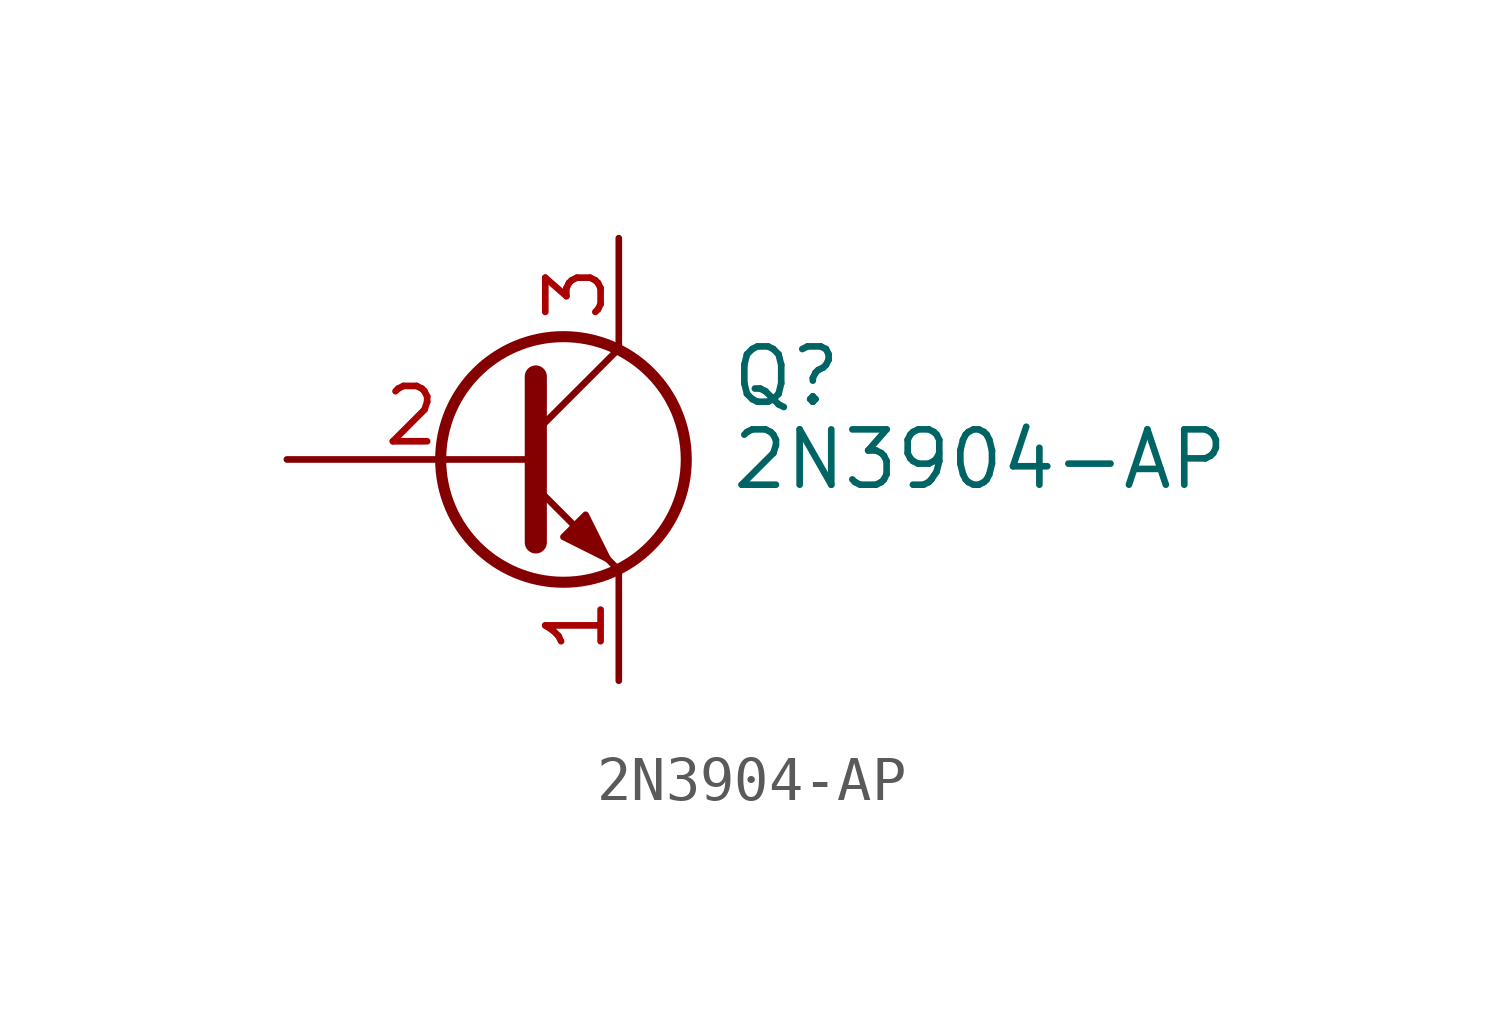
<source format=kicad_sym>
(kicad_symbol_lib
  (version 20211014)
  (generator kicad_symbol_editor)
  (symbol "2N3904-AP"
    (pin_names
      (offset 0) hide)
    (property "Reference" "Q"
      (at 5.08 1.905 0)
      (effects (font (size 1.27 1.27)) (justify left)))
    (property "Value" "2N3904-AP"
      (at 5.08 0 0)
      (effects (font (size 1.27 1.27)) (justify left)))
    (symbol "2N3904-AP_0_1"
      (polyline (pts (xy 0.635 0.635) (xy 2.54 2.54)) (stroke (width 0) (type default) (color 0 0 0 0)) (fill (type none)))
      (polyline (pts (xy 0.635 -0.635) (xy 2.54 -2.54) (xy 2.54 -2.54)) (stroke (width 0) (type default) (color 0 0 0 0)) (fill (type none)))
      (polyline (pts (xy 0.635 1.905) (xy 0.635 -1.905) (xy 0.635 -1.905)) (stroke (width 0.508) (type default) (color 0 0 0 0)) (fill (type none)))
      (polyline (pts (xy 1.27 -1.778) (xy 1.778 -1.27) (xy 2.286 -2.286) (xy 1.27 -1.778) (xy 1.27 -1.778)) (stroke (width 0) (type default) (color 0 0 0 0)) (fill (type outline)))
      (circle (center 1.27 0) (radius 2.819) (stroke (width 0.254) (type default) (color 0 0 0 0)) (fill (type none))))
    (symbol "2N3904-AP_1_1"
      (pin passive line (at 2.54 -5.08 90) (length 2.54) (name "E" (effects (font (size 1.27 1.27)))) (number "1" (effects (font (size 1.27 1.27)))))
      (pin passive line (at -5.08 0 0) (length 5.715) (name "B" (effects (font (size 1.27 1.27)))) (number "2" (effects (font (size 1.27 1.27)))))
      (pin passive line (at 2.54 5.08 270) (length 2.54) (name "C" (effects (font (size 1.27 1.27)))) (number "3" (effects (font (size 1.27 1.27))))))))
</source>
